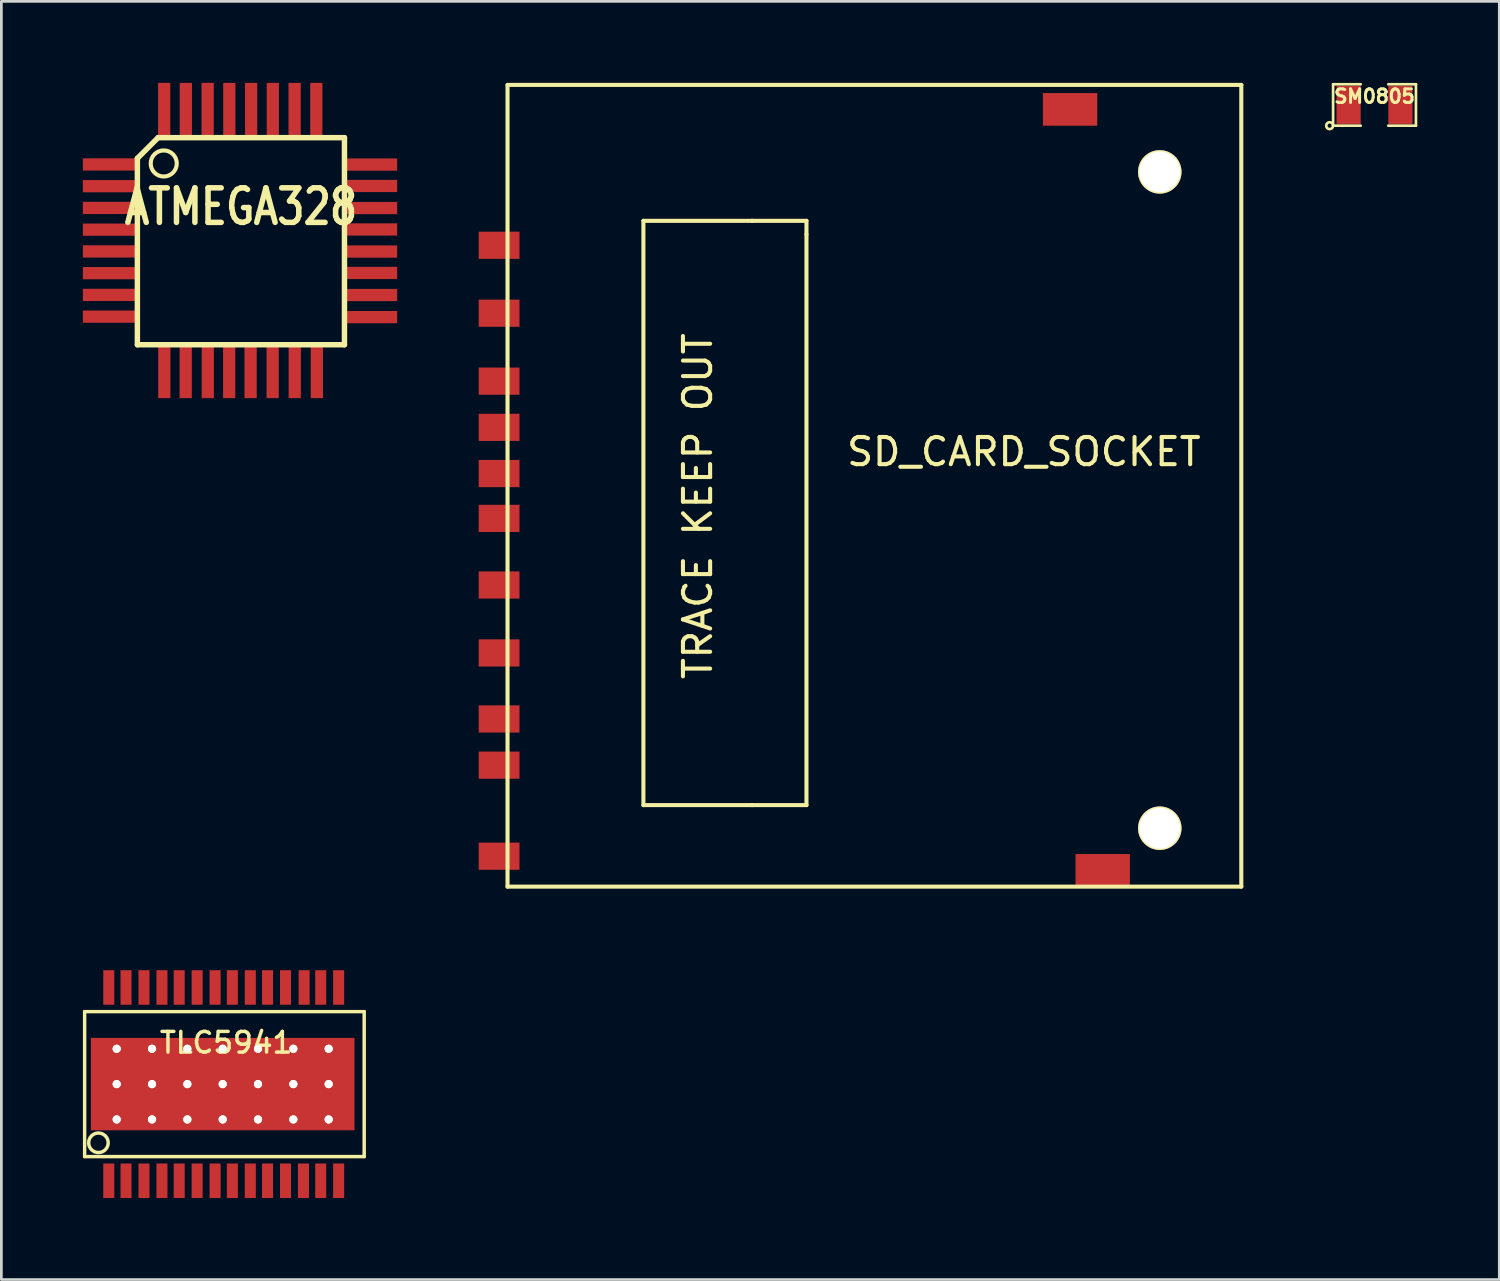
<source format=kicad_pcb>
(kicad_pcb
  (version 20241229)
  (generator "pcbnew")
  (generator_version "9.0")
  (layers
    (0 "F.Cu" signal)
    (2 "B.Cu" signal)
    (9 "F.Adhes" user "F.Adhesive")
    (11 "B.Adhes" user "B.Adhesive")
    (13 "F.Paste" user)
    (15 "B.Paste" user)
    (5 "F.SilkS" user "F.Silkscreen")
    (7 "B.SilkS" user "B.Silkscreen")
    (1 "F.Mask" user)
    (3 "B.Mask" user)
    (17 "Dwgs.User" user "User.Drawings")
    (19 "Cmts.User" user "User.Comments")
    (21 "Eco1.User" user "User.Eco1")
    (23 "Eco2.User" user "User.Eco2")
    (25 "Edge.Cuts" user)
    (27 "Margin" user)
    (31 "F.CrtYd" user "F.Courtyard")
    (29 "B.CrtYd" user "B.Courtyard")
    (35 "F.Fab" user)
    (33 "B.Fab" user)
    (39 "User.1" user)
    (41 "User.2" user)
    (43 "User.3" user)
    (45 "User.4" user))
  (footprint "ATMEGA328"
    (layer "F.Cu")
    (at 5.815 5.825)
    (property "Reference" "ATMEGA328" (at 0 -1.27 0) (layer "F.SilkS") (effects (font (size 1.27 1.016) (thickness 0.203))))
    (attr through_hole)
    (fp_line (start -3.81 -3.048) (end -3.81 3.81) (stroke (width 0.2) (type solid)) (layer "F.SilkS"))
    (fp_line (start -3.81 -3.048) (end -3.048 -3.81) (stroke (width 0.2) (type solid)) (layer "F.SilkS"))
    (fp_line (start -3.81 3.81) (end 3.81 3.81) (stroke (width 0.2) (type solid)) (layer "F.SilkS"))
    (fp_line (start -3.048 -3.81) (end 3.81 -3.81) (stroke (width 0.2) (type solid)) (layer "F.SilkS"))
    (fp_line (start 3.81 3.81) (end 3.81 -3.81) (stroke (width 0.2) (type solid)) (layer "F.SilkS"))
    (fp_circle (center -2.84 -2.86) (end -2.433 -2.606) (stroke (width 0.152) (type solid)) (fill no) (layer "F.SilkS"))
    (pad "1" smd rect (at -4.816 -2.824) (size 1.999 0.45) (layers "F.Cu" "F.Mask" "F.Paste"))
    (pad "2" smd rect (at -4.816 -2.024) (size 1.999 0.45) (layers "F.Cu" "F.Mask" "F.Paste"))
    (pad "3" smd rect (at -4.816 -1.224) (size 1.999 0.45) (layers "F.Cu" "F.Mask" "F.Paste"))
    (pad "4" smd rect (at -4.816 -0.424) (size 1.999 0.45) (layers "F.Cu" "F.Mask" "F.Paste"))
    (pad "5" smd rect (at -4.816 0.376) (size 1.999 0.45) (layers "F.Cu" "F.Mask" "F.Paste"))
    (pad "6" smd rect (at -4.816 1.176) (size 1.999 0.45) (layers "F.Cu" "F.Mask" "F.Paste"))
    (pad "7" smd rect (at -4.816 1.976) (size 1.999 0.45) (layers "F.Cu" "F.Mask" "F.Paste"))
    (pad "8" smd rect (at -4.816 2.776) (size 1.999 0.45) (layers "F.Cu" "F.Mask" "F.Paste"))
    (pad "9" smd rect (at -2.819 4.775) (size 0.45 1.999) (layers "F.Cu" "F.Mask" "F.Paste"))
    (pad "10" smd rect (at -2.032 4.775) (size 0.45 1.999) (layers "F.Cu" "F.Mask" "F.Paste"))
    (pad "11" smd rect (at -1.219 4.775) (size 0.45 1.999) (layers "F.Cu" "F.Mask" "F.Paste"))
    (pad "12" smd rect (at -0.432 4.775) (size 0.45 1.999) (layers "F.Cu" "F.Mask" "F.Paste"))
    (pad "13" smd rect (at 0.356 4.775) (size 0.45 1.999) (layers "F.Cu" "F.Mask" "F.Paste"))
    (pad "14" smd rect (at 1.168 4.775) (size 0.45 1.999) (layers "F.Cu" "F.Mask" "F.Paste"))
    (pad "15" smd rect (at 1.981 4.775) (size 0.45 1.999) (layers "F.Cu" "F.Mask" "F.Paste"))
    (pad "16" smd rect (at 2.794 4.775) (size 0.45 1.999) (layers "F.Cu" "F.Mask" "F.Paste"))
    (pad "17" smd rect (at 4.75 2.794) (size 1.999 0.45) (layers "F.Cu" "F.Mask" "F.Paste"))
    (pad "18" smd rect (at 4.75 1.981) (size 1.999 0.45) (layers "F.Cu" "F.Mask" "F.Paste"))
    (pad "19" smd rect (at 4.75 1.168) (size 1.999 0.45) (layers "F.Cu" "F.Mask" "F.Paste"))
    (pad "20" smd rect (at 4.75 0.381) (size 1.999 0.45) (layers "F.Cu" "F.Mask" "F.Paste"))
    (pad "21" smd rect (at 4.75 -0.432) (size 1.999 0.45) (layers "F.Cu" "F.Mask" "F.Paste"))
    (pad "22" smd rect (at 4.75 -1.219) (size 1.999 0.45) (layers "F.Cu" "F.Mask" "F.Paste"))
    (pad "23" smd rect (at 4.75 -2.032) (size 1.999 0.45) (layers "F.Cu" "F.Mask" "F.Paste"))
    (pad "24" smd rect (at 4.75 -2.819) (size 1.999 0.45) (layers "F.Cu" "F.Mask" "F.Paste"))
    (pad "25" smd rect (at 2.774 -4.826) (size 0.45 1.999) (layers "F.Cu" "F.Mask" "F.Paste"))
    (pad "26" smd rect (at 1.976 -4.826) (size 0.45 1.999) (layers "F.Cu" "F.Mask" "F.Paste"))
    (pad "27" smd rect (at 1.173 -4.826) (size 0.45 1.999) (layers "F.Cu" "F.Mask" "F.Paste"))
    (pad "28" smd rect (at 0.376 -4.826) (size 0.45 1.999) (layers "F.Cu" "F.Mask" "F.Paste"))
    (pad "29" smd rect (at -0.427 -4.826) (size 0.45 1.999) (layers "F.Cu" "F.Mask" "F.Paste"))
    (pad "30" smd rect (at -1.224 -4.826) (size 0.45 1.999) (layers "F.Cu" "F.Mask" "F.Paste"))
    (pad "31" smd rect (at -2.027 -4.826) (size 0.45 1.999) (layers "F.Cu" "F.Mask" "F.Paste"))
    (pad "32" smd rect (at -2.824 -4.826) (size 0.45 1.999) (layers "F.Cu" "F.Mask" "F.Paste")))
  (footprint "SM0805"
    (layer "F.Cu")
    (at 47.527 0.812)
    (property "Reference" "SM0805" (at 0 -0.318 0) (layer "F.SilkS") (effects (font (size 0.5 0.5) (thickness 0.109))))
    (attr smd)
    (fp_line (start -1.524 -0.762) (end -0.508 -0.762) (stroke (width 0.099) (type solid)) (layer "F.SilkS"))
    (fp_line (start -1.524 0.762) (end -1.524 -0.762) (stroke (width 0.099) (type solid)) (layer "F.SilkS"))
    (fp_line (start -0.508 0.762) (end -1.524 0.762) (stroke (width 0.099) (type solid)) (layer "F.SilkS"))
    (fp_line (start 0.508 -0.762) (end 1.524 -0.762) (stroke (width 0.099) (type solid)) (layer "F.SilkS"))
    (fp_line (start 1.524 -0.762) (end 1.524 0.762) (stroke (width 0.099) (type solid)) (layer "F.SilkS"))
    (fp_line (start 1.524 0.762) (end 0.508 0.762) (stroke (width 0.099) (type solid)) (layer "F.SilkS"))
    (fp_circle (center -1.651 0.762) (end -1.651 0.635) (stroke (width 0.099) (type solid)) (fill no) (layer "F.SilkS"))
    (pad "1" smd rect (at -0.953 0) (size 0.889 1.397) (layers "F.Cu" "F.Mask" "F.Paste"))
    (pad "2" smd rect (at 0.953 0) (size 0.889 1.397) (layers "F.Cu" "F.Mask" "F.Paste")))
  (footprint "SD_CARD_SOCKET"
    (layer "F.Cu")
    (at 39.625 14.575)
    (property "Reference" "SD_CARD_SOCKET" (at -5 -1 0) (layer "F.SilkS") (effects (font (size 1 1) (thickness 0.15))))
    (attr through_hole)
    (fp_line (start -24 -14.5) (end -24 15) (stroke (width 0.15) (type solid)) (layer "F.SilkS"))
    (fp_line (start -24 15) (end 3 15) (stroke (width 0.15) (type solid)) (layer "F.SilkS"))
    (fp_line (start -19 -9.5) (end -19 12) (stroke (width 0.15) (type solid)) (layer "F.SilkS"))
    (fp_line (start -19 12) (end -15 12) (stroke (width 0.15) (type solid)) (layer "F.SilkS"))
    (fp_line (start -15 -9.5) (end -19 -9.5) (stroke (width 0.15) (type solid)) (layer "F.SilkS"))
    (fp_line (start -15 -9.5) (end -13 -9.5) (stroke (width 0.15) (type solid)) (layer "F.SilkS"))
    (fp_line (start -13 -9) (end -13 -9.5) (stroke (width 0.15) (type solid)) (layer "F.SilkS"))
    (fp_line (start -13 12) (end -15 12) (stroke (width 0.15) (type solid)) (layer "F.SilkS"))
    (fp_line (start -13 12) (end -13 -9) (stroke (width 0.15) (type solid)) (layer "F.SilkS"))
    (fp_line (start 3 -14.5) (end -24 -14.5) (stroke (width 0.15) (type solid)) (layer "F.SilkS"))
    (fp_line (start 3 15) (end 3 -14.5) (stroke (width 0.15) (type solid)) (layer "F.SilkS"))
    (fp_text user "TRACE KEEP OUT" (at -17 1 90) (layer "F.SilkS") (effects (font (size 1 1) (thickness 0.15))))
    (pad "1" smd rect (at -24.31 -6.1) (size 1.5 1) (layers "F.Cu" "F.Mask" "F.Paste"))
    (pad "2" smd rect (at -24.31 -3.6) (size 1.5 1) (layers "F.Cu" "F.Mask" "F.Paste"))
    (pad "3" smd rect (at -24.31 -0.2) (size 1.5 1) (layers "F.Cu" "F.Mask" "F.Paste"))
    (pad "4" smd rect (at -24.31 1.45) (size 1.5 1) (layers "F.Cu" "F.Mask" "F.Paste"))
    (pad "5" smd rect (at -24.31 3.9) (size 1.5 1) (layers "F.Cu" "F.Mask" "F.Paste"))
    (pad "6" smd rect (at -24.31 6.4) (size 1.5 1) (layers "F.Cu" "F.Mask" "F.Paste"))
    (pad "7" smd rect (at -24.31 8.83) (size 1.5 1) (layers "F.Cu" "F.Mask" "F.Paste"))
    (pad "8" smd rect (at -24.31 10.53) (size 1.5 1) (layers "F.Cu" "F.Mask" "F.Paste"))
    (pad "9" smd rect (at -24.31 -8.6) (size 1.5 1) (layers "F.Cu" "F.Mask" "F.Paste"))
    (pad "CD" smd rect (at -24.31 -1.9) (size 1.5 1) (layers "F.Cu" "F.Mask" "F.Paste"))
    (pad "GND" smd rect (at -3.3 -13.6) (size 2 1.2) (layers "F.Cu" "F.Mask" "F.Paste"))
    (pad "GND" smd rect (at -2.1 14.4) (size 2 1.2) (layers "F.Cu" "F.Mask" "F.Paste"))
    (pad "H" thru_hole circle (at 0 -11.3) (size 1.6 1.6) (drill 1.5) (layers "*.Cu" "*.Mask" "F.SilkS"))
    (pad "H" thru_hole circle (at 0 12.85) (size 1.6 1.6) (drill 1.5) (layers "*.Cu" "*.Mask" "F.SilkS"))
    (pad "WP" smd rect (at -24.31 13.88) (size 1.5 1) (layers "F.Cu" "F.Mask" "F.Paste")))
  (footprint "TLC5941"
    (layer "F.Cu")
    (at 5.144 36.841)
    (property "Reference" "TLC5941" (at 0.127 -1.524 0) (layer "F.SilkS") (effects (font (size 0.762 0.762) (thickness 0.127))))
    (attr smd)
    (fp_line (start -5.08 -2.667) (end -5.08 2.667) (stroke (width 0.127) (type solid)) (layer "F.SilkS"))
    (fp_line (start -5.08 -2.667) (end 5.207 -2.667) (stroke (width 0.127) (type solid)) (layer "F.SilkS"))
    (fp_line (start 5.207 -2.667) (end 5.207 2.667) (stroke (width 0.127) (type solid)) (layer "F.SilkS"))
    (fp_line (start 5.207 2.667) (end -5.08 2.667) (stroke (width 0.127) (type solid)) (layer "F.SilkS"))
    (fp_circle (center -4.572 2.159) (end -4.826 1.905) (stroke (width 0.127) (type solid)) (fill no) (layer "F.SilkS"))
    (pad "" smd rect (at 0 0) (size 6.17 2.4) (layers "F.Mask" "F.Paste"))
    (pad "1" smd rect (at -4.191 3.556) (size 0.406 1.27) (layers "F.Cu" "F.Mask" "F.Paste"))
    (pad "1" thru_hole circle (at -3.9 -1.3) (size 0.3 0.3) (drill 0.3) (layers "*.Cu" "*.Mask" "F.SilkS"))
    (pad "1" thru_hole circle (at -3.9 0) (size 0.3 0.3) (drill 0.3) (layers "*.Cu" "*.Mask" "F.SilkS"))
    (pad "1" thru_hole circle (at -3.9 1.3) (size 0.3 0.3) (drill 0.3) (layers "*.Cu" "*.Mask" "F.SilkS"))
    (pad "1" thru_hole circle (at -2.6 -1.3) (size 0.3 0.3) (drill 0.3) (layers "*.Cu" "*.Mask" "F.SilkS"))
    (pad "1" thru_hole circle (at -2.6 0) (size 0.3 0.3) (drill 0.3) (layers "*.Cu" "*.Mask" "F.SilkS"))
    (pad "1" thru_hole circle (at -2.6 1.3) (size 0.3 0.3) (drill 0.3) (layers "*.Cu" "*.Mask" "F.SilkS"))
    (pad "1" thru_hole circle (at -1.3 -1.3) (size 0.3 0.3) (drill 0.3) (layers "*.Cu" "*.Mask" "F.SilkS"))
    (pad "1" thru_hole circle (at -1.3 0) (size 0.3 0.3) (drill 0.3) (layers "*.Cu" "*.Mask" "F.SilkS"))
    (pad "1" thru_hole circle (at -1.3 1.3) (size 0.3 0.3) (drill 0.3) (layers "*.Cu" "*.Mask" "F.SilkS"))
    (pad "1" thru_hole circle (at 0 -1.3) (size 0.3 0.3) (drill 0.3) (layers "*.Cu" "*.Mask" "F.SilkS"))
    (pad "1" thru_hole circle (at 0 0) (size 0.3 0.3) (drill 0.3) (layers "*.Cu" "*.Mask" "F.SilkS"))
    (pad "1" smd rect (at 0 0) (size 9.7 3.4) (layers "F.Cu"))
    (pad "1" thru_hole circle (at 0 1.3) (size 0.3 0.3) (drill 0.3) (layers "*.Cu" "*.Mask" "F.SilkS"))
    (pad "1" thru_hole circle (at 1.3 -1.3) (size 0.3 0.3) (drill 0.3) (layers "*.Cu" "*.Mask" "F.SilkS"))
    (pad "1" thru_hole circle (at 1.3 0) (size 0.3 0.3) (drill 0.3) (layers "*.Cu" "*.Mask" "F.SilkS"))
    (pad "1" thru_hole circle (at 1.3 1.3) (size 0.3 0.3) (drill 0.3) (layers "*.Cu" "*.Mask" "F.SilkS"))
    (pad "1" thru_hole circle (at 2.6 -1.3) (size 0.3 0.3) (drill 0.3) (layers "*.Cu" "*.Mask" "F.SilkS"))
    (pad "1" thru_hole circle (at 2.6 0) (size 0.3 0.3) (drill 0.3) (layers "*.Cu" "*.Mask" "F.SilkS"))
    (pad "1" thru_hole circle (at 2.6 1.3) (size 0.3 0.3) (drill 0.3) (layers "*.Cu" "*.Mask" "F.SilkS"))
    (pad "1" thru_hole circle (at 3.9 -1.3) (size 0.3 0.3) (drill 0.3) (layers "*.Cu" "*.Mask" "F.SilkS"))
    (pad "1" thru_hole circle (at 3.9 0) (size 0.3 0.3) (drill 0.3) (layers "*.Cu" "*.Mask" "F.SilkS"))
    (pad "1" thru_hole circle (at 3.9 1.3) (size 0.3 0.3) (drill 0.3) (layers "*.Cu" "*.Mask" "F.SilkS"))
    (pad "2" smd rect (at -3.556 3.556) (size 0.406 1.27) (layers "F.Cu" "F.Mask" "F.Paste"))
    (pad "3" smd rect (at -2.896 3.556) (size 0.406 1.27) (layers "F.Cu" "F.Mask" "F.Paste"))
    (pad "4" smd rect (at -2.235 3.556) (size 0.406 1.27) (layers "F.Cu" "F.Mask" "F.Paste"))
    (pad "5" smd rect (at -1.6 3.556) (size 0.406 1.27) (layers "F.Cu" "F.Mask" "F.Paste"))
    (pad "6" smd rect (at -0.94 3.556) (size 0.406 1.27) (layers "F.Cu" "F.Mask" "F.Paste"))
    (pad "7" smd rect (at -0.279 3.556) (size 0.406 1.27) (layers "F.Cu" "F.Mask" "F.Paste"))
    (pad "8" smd rect (at 0.356 3.556) (size 0.406 1.27) (layers "F.Cu" "F.Mask" "F.Paste"))
    (pad "9" smd rect (at 1.016 3.556) (size 0.406 1.27) (layers "F.Cu" "F.Mask" "F.Paste"))
    (pad "10" smd rect (at 1.651 3.556) (size 0.406 1.27) (layers "F.Cu" "F.Mask" "F.Paste"))
    (pad "11" smd rect (at 2.311 3.556) (size 0.406 1.27) (layers "F.Cu" "F.Mask" "F.Paste"))
    (pad "12" smd rect (at 2.972 3.556) (size 0.406 1.27) (layers "F.Cu" "F.Mask" "F.Paste"))
    (pad "13" smd rect (at 3.607 3.556) (size 0.406 1.27) (layers "F.Cu" "F.Mask" "F.Paste"))
    (pad "14" smd rect (at 4.267 3.556) (size 0.406 1.27) (layers "F.Cu" "F.Mask" "F.Paste"))
    (pad "15" smd rect (at 4.267 -3.556) (size 0.406 1.27) (layers "F.Cu" "F.Mask" "F.Paste"))
    (pad "16" smd rect (at 3.607 -3.556) (size 0.406 1.27) (layers "F.Cu" "F.Mask" "F.Paste"))
    (pad "17" smd rect (at 2.997 -3.556) (size 0.406 1.27) (layers "F.Cu" "F.Mask" "F.Paste"))
    (pad "18" smd rect (at 2.311 -3.556) (size 0.406 1.27) (layers "F.Cu" "F.Mask" "F.Paste"))
    (pad "19" smd rect (at 1.651 -3.556) (size 0.406 1.27) (layers "F.Cu" "F.Mask" "F.Paste"))
    (pad "20" smd rect (at 1.016 -3.556) (size 0.406 1.27) (layers "F.Cu" "F.Mask" "F.Paste"))
    (pad "21" smd rect (at 0.356 -3.556) (size 0.406 1.27) (layers "F.Cu" "F.Mask" "F.Paste"))
    (pad "22" smd rect (at -0.279 -3.556) (size 0.406 1.27) (layers "F.Cu" "F.Mask" "F.Paste"))
    (pad "23" smd rect (at -0.94 -3.556) (size 0.406 1.27) (layers "F.Cu" "F.Mask" "F.Paste"))
    (pad "24" smd rect (at -1.6 -3.556) (size 0.406 1.27) (layers "F.Cu" "F.Mask" "F.Paste"))
    (pad "25" smd rect (at -2.235 -3.556) (size 0.406 1.27) (layers "F.Cu" "F.Mask" "F.Paste"))
    (pad "26" smd rect (at -2.896 -3.556) (size 0.406 1.27) (layers "F.Cu" "F.Mask" "F.Paste"))
    (pad "27" smd rect (at -3.556 -3.556) (size 0.406 1.27) (layers "F.Cu" "F.Mask" "F.Paste"))
    (pad "28" smd rect (at -4.191 -3.556) (size 0.406 1.27) (layers "F.Cu" "F.Mask" "F.Paste")))
  (gr_rect
    (start -3 -3)
    (end 52.118 44.032)
    (stroke (width 0.1) (type default))
    (fill no)
    (layer "Edge.Cuts")))
</source>
